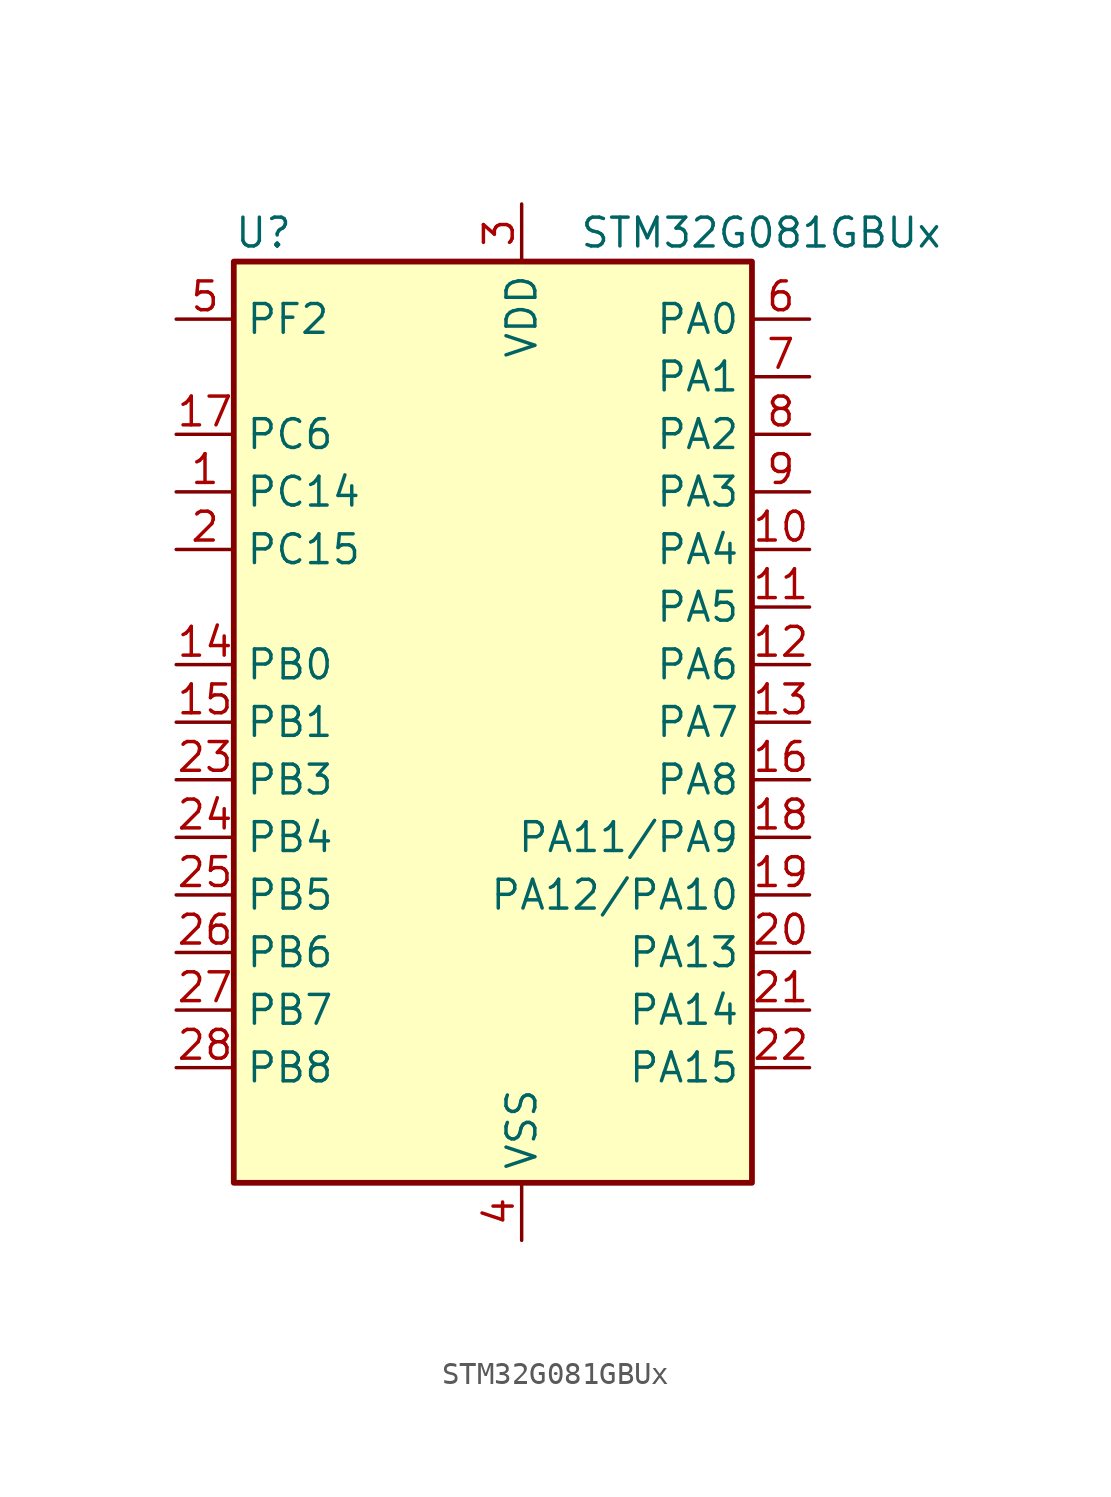
<source format=kicad_sym>
(kicad_symbol_lib
  (version 20211014)
  (generator kicad-library-utils)
  (symbol "STM32G081GBUx"
    (property "Reference" "U"
      (at -10.16 21.59 0)
      (effects (font (size 1.27 1.27)) (justify left)))
    (property "Value" "STM32G081GBUx"
      (at 5.08 21.59 0)
      (effects (font (size 1.27 1.27)) (justify left)))
    (property "ki_fp_filters" "QFN*4x4mm*P0.5mm*"
      (at 0.0 0.0 0.0)
      (effects (font (size 1.27 1.27))))
    (symbol "STM32G081GBUx_0_1"
      (rectangle (start -10.16 -20.32) (end 12.7 20.32) (stroke (width 0.254)) (fill (type background))))
    (symbol "STM32G081GBUx_1_1"
      (pin bidirectional line (at -12.7 17.78 0) (length 2.54) (name "PF2" (effects (font (size 1.27 1.27)))) (number "5" (effects (font (size 1.27 1.27)))) (alternate "RCC_MCO" bidirectional line))
      (pin bidirectional line (at -12.7 12.7 0) (length 2.54) (name "PC6" (effects (font (size 1.27 1.27)))) (number "17" (effects (font (size 1.27 1.27)))) (alternate "TIM2_CH3" bidirectional line) (alternate "TIM3_CH1" bidirectional line))
      (pin bidirectional line (at -12.7 10.16 0) (length 2.54) (name "PC14" (effects (font (size 1.27 1.27)))) (number "1" (effects (font (size 1.27 1.27)))) (alternate "RCC_OSC32_IN" bidirectional line) (alternate "RCC_OSC_IN" bidirectional line) (alternate "TIM1_BK2" bidirectional line))
      (pin bidirectional line (at -12.7 7.62 0) (length 2.54) (name "PC15" (effects (font (size 1.27 1.27)))) (number "2" (effects (font (size 1.27 1.27)))) (alternate "RCC_OSC32_EN" bidirectional line) (alternate "RCC_OSC32_OUT" bidirectional line) (alternate "RCC_OSC_EN" bidirectional line) (alternate "TIM15_BK" bidirectional line))
      (pin bidirectional line (at -12.7 2.54 0) (length 2.54) (name "PB0" (effects (font (size 1.27 1.27)))) (number "14" (effects (font (size 1.27 1.27)))) (alternate "ADC1_IN8" bidirectional line) (alternate "COMP1_OUT" bidirectional line) (alternate "I2S1_WS" bidirectional line) (alternate "LPTIM1_OUT" bidirectional line) (alternate "SPI1_NSS" bidirectional line) (alternate "TIM1_CH2N" bidirectional line) (alternate "TIM3_CH3" bidirectional line) (alternate "USART3_RX" bidirectional line))
      (pin bidirectional line (at -12.7 0.0 0) (length 2.54) (name "PB1" (effects (font (size 1.27 1.27)))) (number "15" (effects (font (size 1.27 1.27)))) (alternate "ADC1_IN9" bidirectional line) (alternate "COMP1_INM" bidirectional line) (alternate "LPTIM2_IN1" bidirectional line) (alternate "LPUART1_DE" bidirectional line) (alternate "LPUART1_RTS" bidirectional line) (alternate "TIM14_CH1" bidirectional line) (alternate "TIM1_CH3N" bidirectional line) (alternate "TIM3_CH4" bidirectional line) (alternate "USART3_CK" bidirectional line) (alternate "USART3_DE" bidirectional line) (alternate "USART3_RTS" bidirectional line))
      (pin bidirectional line (at -12.7 -2.54 0) (length 2.54) (name "PB3" (effects (font (size 1.27 1.27)))) (number "23" (effects (font (size 1.27 1.27)))) (alternate "COMP2_INM" bidirectional line) (alternate "I2S1_CK" bidirectional line) (alternate "SPI1_SCK" bidirectional line) (alternate "TIM1_CH2" bidirectional line) (alternate "TIM2_CH2" bidirectional line) (alternate "USART1_CK" bidirectional line) (alternate "USART1_DE" bidirectional line) (alternate "USART1_RTS" bidirectional line))
      (pin bidirectional line (at -12.7 -5.08 0) (length 2.54) (name "PB4" (effects (font (size 1.27 1.27)))) (number "24" (effects (font (size 1.27 1.27)))) (alternate "COMP2_INP" bidirectional line) (alternate "I2S1_MCK" bidirectional line) (alternate "SPI1_MISO" bidirectional line) (alternate "TIM17_BK" bidirectional line) (alternate "TIM3_CH1" bidirectional line) (alternate "USART1_CTS" bidirectional line) (alternate "USART1_NSS" bidirectional line))
      (pin bidirectional line (at -12.7 -7.62 0) (length 2.54) (name "PB5" (effects (font (size 1.27 1.27)))) (number "25" (effects (font (size 1.27 1.27)))) (alternate "COMP2_OUT" bidirectional line) (alternate "I2C1_SMBA" bidirectional line) (alternate "I2S1_SD" bidirectional line) (alternate "LPTIM1_IN1" bidirectional line) (alternate "SPI1_MOSI" bidirectional line) (alternate "SYS_WKUP6" bidirectional line) (alternate "TIM16_BK" bidirectional line) (alternate "TIM3_CH2" bidirectional line))
      (pin bidirectional line (at -12.7 -10.16 0) (length 2.54) (name "PB6" (effects (font (size 1.27 1.27)))) (number "26" (effects (font (size 1.27 1.27)))) (alternate "COMP2_INP" bidirectional line) (alternate "I2C1_SCL" bidirectional line) (alternate "LPTIM1_ETR" bidirectional line) (alternate "SPI2_MISO" bidirectional line) (alternate "TIM16_CH1N" bidirectional line) (alternate "TIM1_CH3" bidirectional line) (alternate "USART1_TX" bidirectional line))
      (pin bidirectional line (at -12.7 -12.7 0) (length 2.54) (name "PB7" (effects (font (size 1.27 1.27)))) (number "27" (effects (font (size 1.27 1.27)))) (alternate "COMP2_INM" bidirectional line) (alternate "I2C1_SDA" bidirectional line) (alternate "LPTIM1_IN2" bidirectional line) (alternate "SPI2_MOSI" bidirectional line) (alternate "SYS_PVD_IN" bidirectional line) (alternate "TIM17_CH1N" bidirectional line) (alternate "USART1_RX" bidirectional line) (alternate "USART4_CTS" bidirectional line) (alternate "USART4_NSS" bidirectional line))
      (pin bidirectional line (at -12.7 -15.24 0) (length 2.54) (name "PB8" (effects (font (size 1.27 1.27)))) (number "28" (effects (font (size 1.27 1.27)))) (alternate "CEC" bidirectional line) (alternate "I2C1_SCL" bidirectional line) (alternate "SPI2_SCK" bidirectional line) (alternate "TIM15_BK" bidirectional line) (alternate "TIM16_CH1" bidirectional line) (alternate "USART3_TX" bidirectional line))
      (pin bidirectional line (at 15.24 17.78 180) (length 2.54) (name "PA0" (effects (font (size 1.27 1.27)))) (number "6" (effects (font (size 1.27 1.27)))) (alternate "ADC1_IN0" bidirectional line) (alternate "COMP1_INM" bidirectional line) (alternate "COMP1_OUT" bidirectional line) (alternate "LPTIM1_OUT" bidirectional line) (alternate "RTC_TAMP_IN2" bidirectional line) (alternate "SPI2_SCK" bidirectional line) (alternate "SYS_WKUP1" bidirectional line) (alternate "TIM2_CH1" bidirectional line) (alternate "TIM2_ETR" bidirectional line) (alternate "USART2_CTS" bidirectional line) (alternate "USART2_NSS" bidirectional line) (alternate "USART4_TX" bidirectional line))
      (pin bidirectional line (at 15.24 15.24 180) (length 2.54) (name "PA1" (effects (font (size 1.27 1.27)))) (number "7" (effects (font (size 1.27 1.27)))) (alternate "ADC1_IN1" bidirectional line) (alternate "COMP1_INP" bidirectional line) (alternate "I2C1_SMBA" bidirectional line) (alternate "I2S1_CK" bidirectional line) (alternate "SPI1_SCK" bidirectional line) (alternate "TIM15_CH1N" bidirectional line) (alternate "TIM2_CH2" bidirectional line) (alternate "USART2_CK" bidirectional line) (alternate "USART2_DE" bidirectional line) (alternate "USART2_RTS" bidirectional line) (alternate "USART4_RX" bidirectional line))
      (pin bidirectional line (at 15.24 12.7 180) (length 2.54) (name "PA2" (effects (font (size 1.27 1.27)))) (number "8" (effects (font (size 1.27 1.27)))) (alternate "ADC1_IN2" bidirectional line) (alternate "COMP2_INM" bidirectional line) (alternate "COMP2_OUT" bidirectional line) (alternate "I2S1_SD" bidirectional line) (alternate "LPUART1_TX" bidirectional line) (alternate "RCC_LSCO" bidirectional line) (alternate "SPI1_MOSI" bidirectional line) (alternate "SYS_WKUP4" bidirectional line) (alternate "TIM15_CH1" bidirectional line) (alternate "TIM2_CH3" bidirectional line) (alternate "USART2_TX" bidirectional line))
      (pin bidirectional line (at 15.24 10.16 180) (length 2.54) (name "PA3" (effects (font (size 1.27 1.27)))) (number "9" (effects (font (size 1.27 1.27)))) (alternate "ADC1_IN3" bidirectional line) (alternate "COMP2_INP" bidirectional line) (alternate "LPUART1_RX" bidirectional line) (alternate "SPI2_MISO" bidirectional line) (alternate "TIM15_CH2" bidirectional line) (alternate "TIM2_CH4" bidirectional line) (alternate "USART2_RX" bidirectional line))
      (pin bidirectional line (at 15.24 7.62 180) (length 2.54) (name "PA4" (effects (font (size 1.27 1.27)))) (number "10" (effects (font (size 1.27 1.27)))) (alternate "ADC1_IN4" bidirectional line) (alternate "DAC1_OUT1" bidirectional line) (alternate "I2S1_WS" bidirectional line) (alternate "LPTIM2_OUT" bidirectional line) (alternate "RTC_OUT_ALARM" bidirectional line) (alternate "RTC_OUT_CALIB" bidirectional line) (alternate "RTC_TAMP_IN1" bidirectional line) (alternate "RTC_TS" bidirectional line) (alternate "SPI1_NSS" bidirectional line) (alternate "SPI2_MOSI" bidirectional line) (alternate "SYS_WKUP2" bidirectional line) (alternate "TIM14_CH1" bidirectional line))
      (pin bidirectional line (at 15.24 5.08 180) (length 2.54) (name "PA5" (effects (font (size 1.27 1.27)))) (number "11" (effects (font (size 1.27 1.27)))) (alternate "ADC1_IN5" bidirectional line) (alternate "CEC" bidirectional line) (alternate "DAC1_OUT2" bidirectional line) (alternate "I2S1_CK" bidirectional line) (alternate "LPTIM2_ETR" bidirectional line) (alternate "SPI1_SCK" bidirectional line) (alternate "TIM2_CH1" bidirectional line) (alternate "TIM2_ETR" bidirectional line) (alternate "USART3_TX" bidirectional line))
      (pin bidirectional line (at 15.24 2.54 180) (length 2.54) (name "PA6" (effects (font (size 1.27 1.27)))) (number "12" (effects (font (size 1.27 1.27)))) (alternate "ADC1_IN6" bidirectional line) (alternate "COMP1_OUT" bidirectional line) (alternate "I2S1_MCK" bidirectional line) (alternate "LPUART1_CTS" bidirectional line) (alternate "SPI1_MISO" bidirectional line) (alternate "TIM16_CH1" bidirectional line) (alternate "TIM1_BK" bidirectional line) (alternate "TIM3_CH1" bidirectional line) (alternate "USART3_CTS" bidirectional line) (alternate "USART3_NSS" bidirectional line))
      (pin bidirectional line (at 15.24 0.0 180) (length 2.54) (name "PA7" (effects (font (size 1.27 1.27)))) (number "13" (effects (font (size 1.27 1.27)))) (alternate "ADC1_IN7" bidirectional line) (alternate "COMP2_OUT" bidirectional line) (alternate "I2S1_SD" bidirectional line) (alternate "SPI1_MOSI" bidirectional line) (alternate "TIM14_CH1" bidirectional line) (alternate "TIM17_CH1" bidirectional line) (alternate "TIM1_CH1N" bidirectional line) (alternate "TIM3_CH2" bidirectional line))
      (pin bidirectional line (at 15.24 -2.54 180) (length 2.54) (name "PA8" (effects (font (size 1.27 1.27)))) (number "16" (effects (font (size 1.27 1.27)))) (alternate "LPTIM2_OUT" bidirectional line) (alternate "RCC_MCO" bidirectional line) (alternate "SPI2_NSS" bidirectional line) (alternate "TIM1_CH1" bidirectional line))
      (pin bidirectional line (at 15.24 -5.08 180) (length 2.54) (name "PA11/PA9" (effects (font (size 1.27 1.27)))) (number "18" (effects (font (size 1.27 1.27)))) (alternate "ADC1_EXTI11" bidirectional line) (alternate "COMP1_OUT" bidirectional line) (alternate "I2C2_SCL" bidirectional line) (alternate "I2S1_MCK" bidirectional line) (alternate "SPI1_MISO" bidirectional line) (alternate "TIM1_BK2" bidirectional line) (alternate "TIM1_CH4" bidirectional line) (alternate "USART1_CTS" bidirectional line) (alternate "USART1_NSS" bidirectional line))
      (pin bidirectional line (at 15.24 -7.62 180) (length 2.54) (name "PA12/PA10" (effects (font (size 1.27 1.27)))) (number "19" (effects (font (size 1.27 1.27)))) (alternate "COMP2_OUT" bidirectional line) (alternate "I2C2_SDA" bidirectional line) (alternate "I2S1_SD" bidirectional line) (alternate "I2S_CKIN" bidirectional line) (alternate "SPI1_MOSI" bidirectional line) (alternate "TIM1_ETR" bidirectional line) (alternate "USART1_CK" bidirectional line) (alternate "USART1_DE" bidirectional line) (alternate "USART1_RTS" bidirectional line))
      (pin bidirectional line (at 15.24 -10.16 180) (length 2.54) (name "PA13" (effects (font (size 1.27 1.27)))) (number "20" (effects (font (size 1.27 1.27)))) (alternate "IR_OUT" bidirectional line) (alternate "SYS_SWDIO" bidirectional line))
      (pin bidirectional line (at 15.24 -12.7 180) (length 2.54) (name "PA14" (effects (font (size 1.27 1.27)))) (number "21" (effects (font (size 1.27 1.27)))) (alternate "SYS_SWCLK" bidirectional line) (alternate "USART2_TX" bidirectional line))
      (pin bidirectional line (at 15.24 -15.24 180) (length 2.54) (name "PA15" (effects (font (size 1.27 1.27)))) (number "22" (effects (font (size 1.27 1.27)))) (alternate "I2S1_WS" bidirectional line) (alternate "SPI1_NSS" bidirectional line) (alternate "TIM2_CH1" bidirectional line) (alternate "TIM2_ETR" bidirectional line) (alternate "USART2_RX" bidirectional line) (alternate "USART3_CK" bidirectional line) (alternate "USART3_DE" bidirectional line) (alternate "USART3_RTS" bidirectional line) (alternate "USART4_CK" bidirectional line) (alternate "USART4_DE" bidirectional line) (alternate "USART4_RTS" bidirectional line))
      (pin power_in line (at 2.54 22.86 270) (length 2.54) (name "VDD" (effects (font (size 1.27 1.27)))) (number "3" (effects (font (size 1.27 1.27)))))
      (pin power_in line (at 2.54 -22.86 90) (length 2.54) (name "VSS" (effects (font (size 1.27 1.27)))) (number "4" (effects (font (size 1.27 1.27))))))))
</source>
